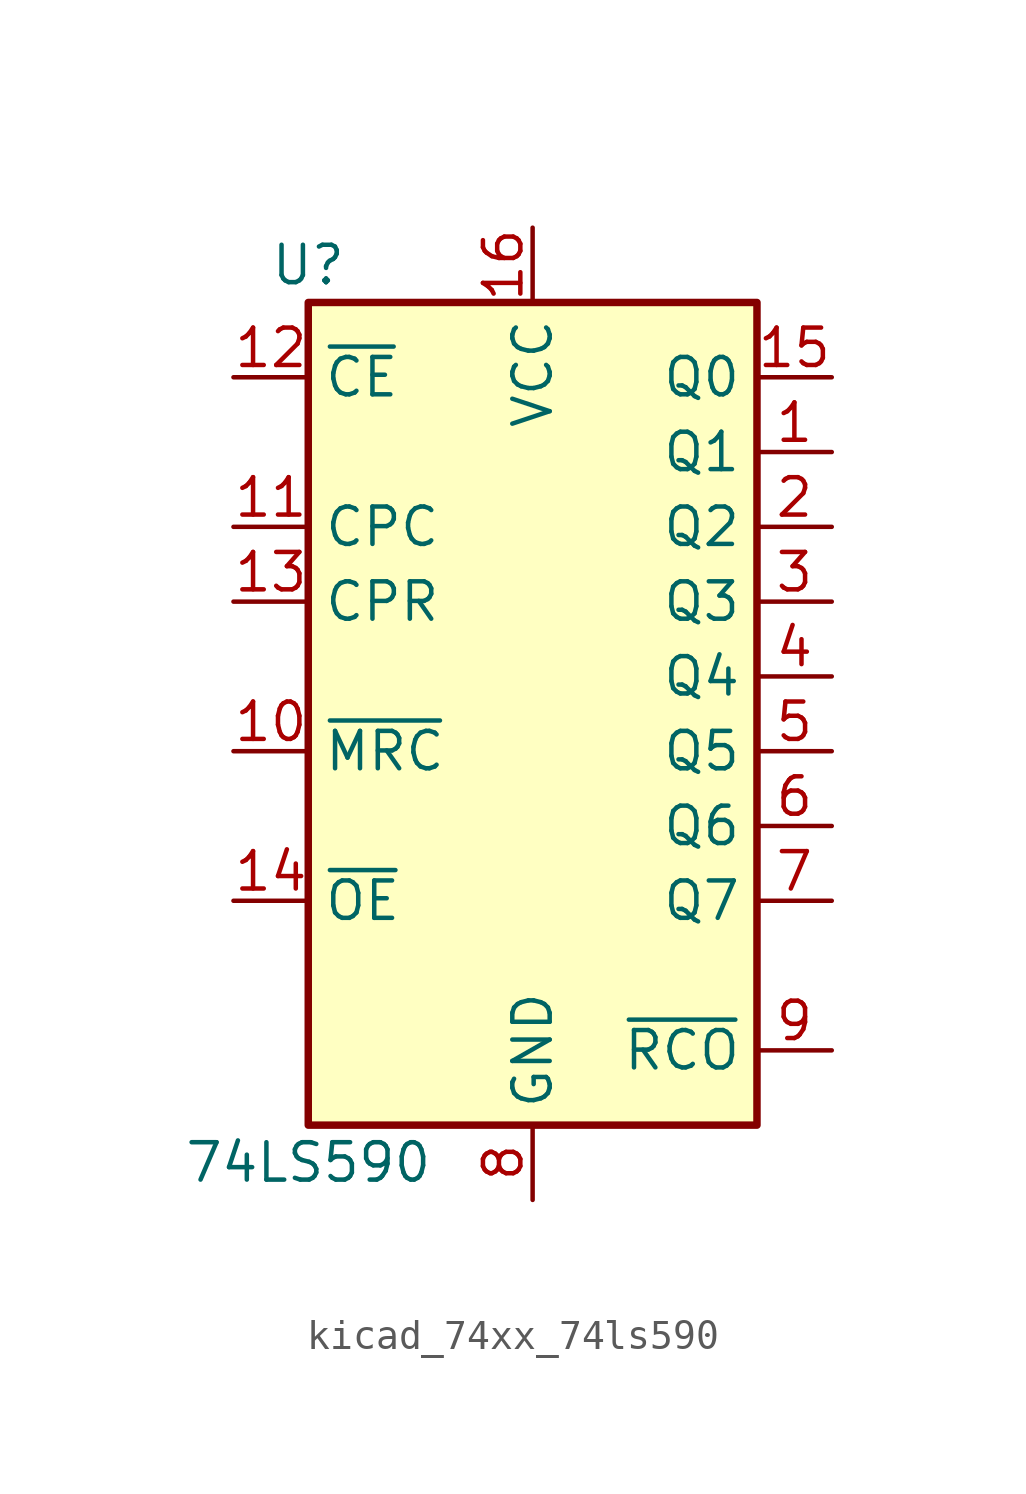
<source format=kicad_sym>
(kicad_symbol_lib
  (version 20220914)
  (generator kicad_symbol_editor)
  (symbol "kicad_74xx_74ls590"
    (property "Reference" "U"
      (at -7.62 16.51 0)
      (effects (font (size 1.27 1.27))))
    (property "Value" "74LS590"
      (at -7.62 -13.97 0)
      (effects (font (size 1.27 1.27))))
    (symbol "kicad_74xx_74ls590_1_0"
      (pin tri_state line (at 10.16 10.16 180) (length 2.54) (name "Q1" (effects (font (size 1.27 1.27)))) (number "1" (effects (font (size 1.27 1.27)))))
      (pin input line (at -10.16 0 0) (length 2.54) (name "~{MRC}" (effects (font (size 1.27 1.27)))) (number "10" (effects (font (size 1.27 1.27)))))
      (pin input line (at -10.16 7.62 0) (length 2.54) (name "CPC" (effects (font (size 1.27 1.27)))) (number "11" (effects (font (size 1.27 1.27)))))
      (pin input line (at -10.16 12.7 0) (length 2.54) (name "~{CE}" (effects (font (size 1.27 1.27)))) (number "12" (effects (font (size 1.27 1.27)))))
      (pin input line (at -10.16 5.08 0) (length 2.54) (name "CPR" (effects (font (size 1.27 1.27)))) (number "13" (effects (font (size 1.27 1.27)))))
      (pin input line (at -10.16 -5.08 0) (length 2.54) (name "~{OE}" (effects (font (size 1.27 1.27)))) (number "14" (effects (font (size 1.27 1.27)))))
      (pin tri_state line (at 10.16 12.7 180) (length 2.54) (name "Q0" (effects (font (size 1.27 1.27)))) (number "15" (effects (font (size 1.27 1.27)))))
      (pin power_in line (at 0 17.78 270) (length 2.54) (name "VCC" (effects (font (size 1.27 1.27)))) (number "16" (effects (font (size 1.27 1.27)))))
      (pin tri_state line (at 10.16 7.62 180) (length 2.54) (name "Q2" (effects (font (size 1.27 1.27)))) (number "2" (effects (font (size 1.27 1.27)))))
      (pin tri_state line (at 10.16 5.08 180) (length 2.54) (name "Q3" (effects (font (size 1.27 1.27)))) (number "3" (effects (font (size 1.27 1.27)))))
      (pin tri_state line (at 10.16 2.54 180) (length 2.54) (name "Q4" (effects (font (size 1.27 1.27)))) (number "4" (effects (font (size 1.27 1.27)))))
      (pin tri_state line (at 10.16 0 180) (length 2.54) (name "Q5" (effects (font (size 1.27 1.27)))) (number "5" (effects (font (size 1.27 1.27)))))
      (pin tri_state line (at 10.16 -2.54 180) (length 2.54) (name "Q6" (effects (font (size 1.27 1.27)))) (number "6" (effects (font (size 1.27 1.27)))))
      (pin tri_state line (at 10.16 -5.08 180) (length 2.54) (name "Q7" (effects (font (size 1.27 1.27)))) (number "7" (effects (font (size 1.27 1.27)))))
      (pin power_in line (at 0 -15.24 90) (length 2.54) (name "GND" (effects (font (size 1.27 1.27)))) (number "8" (effects (font (size 1.27 1.27)))))
      (pin output line (at 10.16 -10.16 180) (length 2.54) (name "~{RCO}" (effects (font (size 1.27 1.27)))) (number "9" (effects (font (size 1.27 1.27))))))
    (symbol "kicad_74xx_74ls590_1_1"
      (rectangle (start -7.62 15.24) (end 7.62 -12.7) (stroke (width 0.254) (type default)) (fill (type background))))))
</source>
